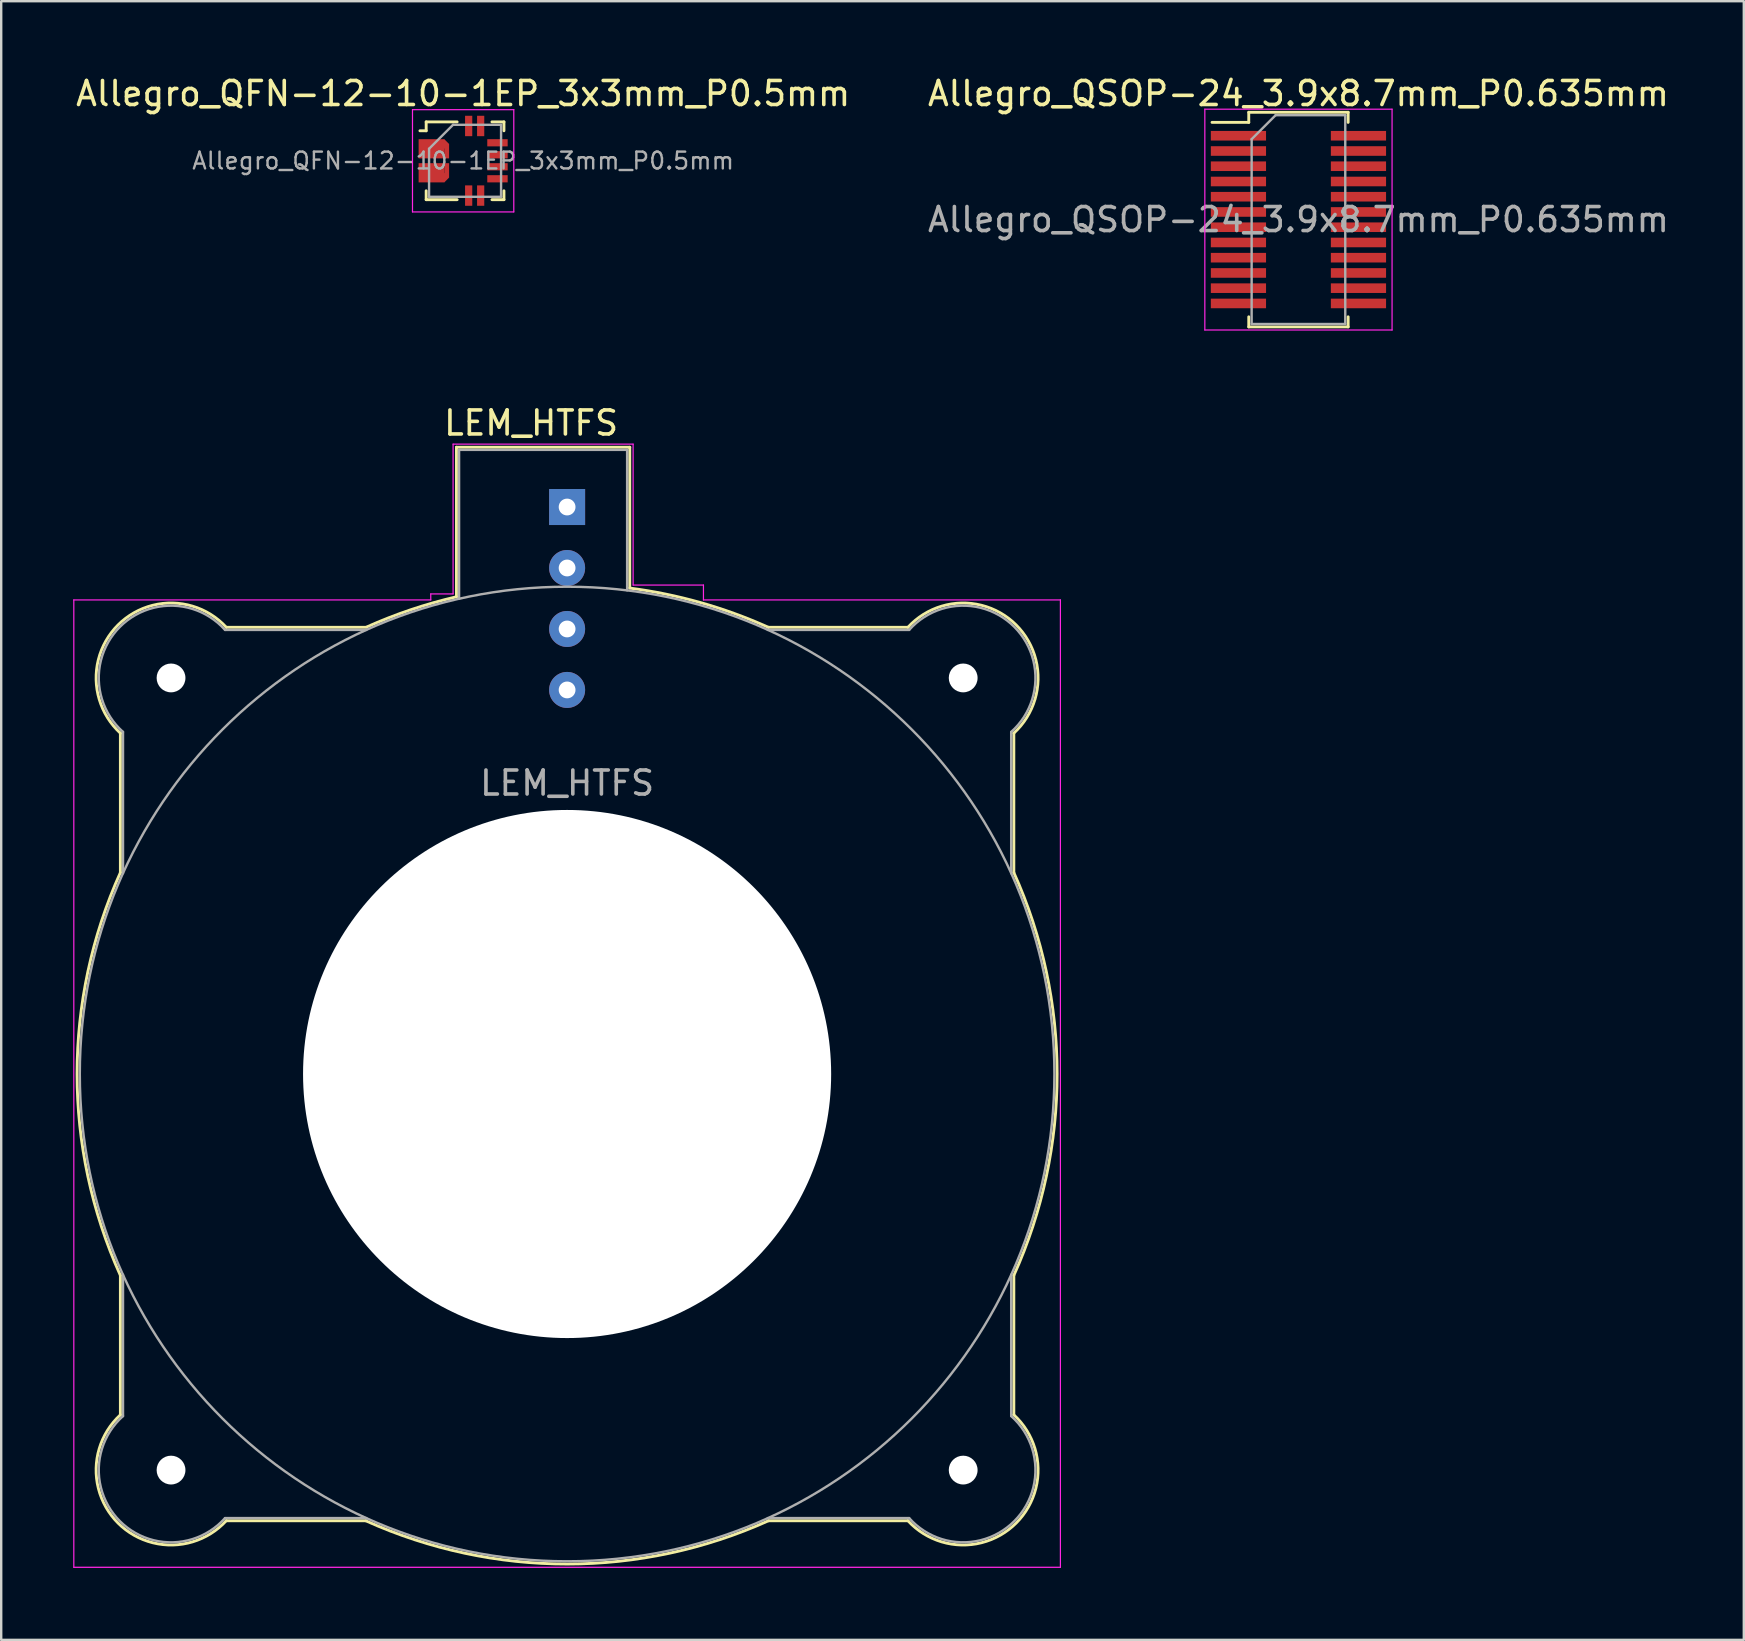
<source format=kicad_pcb>
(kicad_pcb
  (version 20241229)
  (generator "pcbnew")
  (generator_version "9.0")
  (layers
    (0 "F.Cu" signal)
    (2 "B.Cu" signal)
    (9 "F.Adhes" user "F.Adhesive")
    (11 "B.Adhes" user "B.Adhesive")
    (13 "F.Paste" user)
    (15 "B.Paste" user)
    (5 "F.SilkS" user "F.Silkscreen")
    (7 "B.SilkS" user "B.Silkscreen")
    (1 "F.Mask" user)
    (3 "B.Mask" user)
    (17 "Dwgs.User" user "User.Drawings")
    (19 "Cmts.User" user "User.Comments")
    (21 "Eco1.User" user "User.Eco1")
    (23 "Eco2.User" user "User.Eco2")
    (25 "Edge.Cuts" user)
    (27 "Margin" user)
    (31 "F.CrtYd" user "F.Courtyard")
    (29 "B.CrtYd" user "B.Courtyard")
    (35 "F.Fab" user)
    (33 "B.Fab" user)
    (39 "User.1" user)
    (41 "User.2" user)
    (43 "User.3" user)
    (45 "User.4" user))
  (footprint "Allegro_QSOP-24_3.9x8.7mm_P0.635mm"
    (layer "F.Cu")
    (at 51.042 6.098)
    (property "Reference" "Allegro_QSOP-24_3.9x8.7mm_P0.635mm" (at 0 -5.25 0) (layer "F.SilkS") (effects (font (size 1 1) (thickness 0.15))))
    (attr smd)
    (fp_line (start -3.6 -4.05) (end -2.07 -4.05) (stroke (width 0.12) (type solid)) (layer "F.SilkS"))
    (fp_line (start -2.07 -4.47) (end -2.07 -4.05) (stroke (width 0.12) (type solid)) (layer "F.SilkS"))
    (fp_line (start -2.07 -4.47) (end 2.07 -4.47) (stroke (width 0.12) (type solid)) (layer "F.SilkS"))
    (fp_line (start -2.07 4.47) (end -2.07 4.05) (stroke (width 0.12) (type solid)) (layer "F.SilkS"))
    (fp_line (start -2.07 4.47) (end 2.07 4.47) (stroke (width 0.12) (type solid)) (layer "F.SilkS"))
    (fp_line (start 2.07 -4.47) (end 2.07 -4.05) (stroke (width 0.12) (type solid)) (layer "F.SilkS"))
    (fp_line (start 2.07 4.47) (end 2.07 4.05) (stroke (width 0.12) (type solid)) (layer "F.SilkS"))
    (fp_line (start -3.9 -4.6) (end -3.9 4.6) (stroke (width 0.05) (type solid)) (layer "F.CrtYd"))
    (fp_line (start -3.9 -4.6) (end 3.9 -4.6) (stroke (width 0.05) (type solid)) (layer "F.CrtYd"))
    (fp_line (start -3.9 4.6) (end 3.9 4.6) (stroke (width 0.05) (type solid)) (layer "F.CrtYd"))
    (fp_line (start 3.9 -4.6) (end 3.9 4.6) (stroke (width 0.05) (type solid)) (layer "F.CrtYd"))
    (fp_line (start -1.95 -3.35) (end -0.95 -4.35) (stroke (width 0.1) (type solid)) (layer "F.Fab"))
    (fp_line (start -1.95 4.35) (end -1.95 -3.35) (stroke (width 0.1) (type solid)) (layer "F.Fab"))
    (fp_line (start -0.95 -4.35) (end 1.95 -4.35) (stroke (width 0.1) (type solid)) (layer "F.Fab"))
    (fp_line (start 1.95 -4.35) (end 1.95 4.35) (stroke (width 0.1) (type solid)) (layer "F.Fab"))
    (fp_line (start 1.95 4.35) (end -1.95 4.35) (stroke (width 0.1) (type solid)) (layer "F.Fab"))
    (fp_text user "${REFERENCE}" (at 0 0 0) (layer "F.Fab") (effects (font (size 1 1) (thickness 0.15))))
    (pad "1" smd rect (at -2.5 -3.493) (size 2.3 0.4) (layers "F.Cu" "F.Mask" "F.Paste"))
    (pad "2" smd rect (at -2.5 -2.857) (size 2.3 0.4) (layers "F.Cu" "F.Mask" "F.Paste"))
    (pad "3" smd rect (at -2.5 -2.223) (size 2.3 0.4) (layers "F.Cu" "F.Mask" "F.Paste"))
    (pad "4" smd rect (at -2.5 -1.587) (size 2.3 0.4) (layers "F.Cu" "F.Mask" "F.Paste"))
    (pad "5" smd rect (at -2.5 -0.953) (size 2.3 0.4) (layers "F.Cu" "F.Mask" "F.Paste"))
    (pad "6" smd rect (at -2.5 -0.318) (size 2.3 0.4) (layers "F.Cu" "F.Mask" "F.Paste"))
    (pad "7" smd rect (at -2.5 0.318) (size 2.3 0.4) (layers "F.Cu" "F.Mask" "F.Paste"))
    (pad "8" smd rect (at -2.5 0.953) (size 2.3 0.4) (layers "F.Cu" "F.Mask" "F.Paste"))
    (pad "9" smd rect (at -2.5 1.587) (size 2.3 0.4) (layers "F.Cu" "F.Mask" "F.Paste"))
    (pad "10" smd rect (at -2.5 2.223) (size 2.3 0.4) (layers "F.Cu" "F.Mask" "F.Paste"))
    (pad "11" smd rect (at -2.5 2.857) (size 2.3 0.4) (layers "F.Cu" "F.Mask" "F.Paste"))
    (pad "12" smd rect (at -2.5 3.493) (size 2.3 0.4) (layers "F.Cu" "F.Mask" "F.Paste"))
    (pad "13" smd rect (at 2.5 3.493) (size 2.3 0.4) (layers "F.Cu" "F.Mask" "F.Paste"))
    (pad "14" smd rect (at 2.5 2.857) (size 2.3 0.4) (layers "F.Cu" "F.Mask" "F.Paste"))
    (pad "15" smd rect (at 2.5 2.223) (size 2.3 0.4) (layers "F.Cu" "F.Mask" "F.Paste"))
    (pad "16" smd rect (at 2.5 1.587) (size 2.3 0.4) (layers "F.Cu" "F.Mask" "F.Paste"))
    (pad "17" smd rect (at 2.5 0.953) (size 2.3 0.4) (layers "F.Cu" "F.Mask" "F.Paste"))
    (pad "18" smd rect (at 2.5 0.318) (size 2.3 0.4) (layers "F.Cu" "F.Mask" "F.Paste"))
    (pad "19" smd rect (at 2.5 -0.318) (size 2.3 0.4) (layers "F.Cu" "F.Mask" "F.Paste"))
    (pad "20" smd rect (at 2.5 -0.953) (size 2.3 0.4) (layers "F.Cu" "F.Mask" "F.Paste"))
    (pad "21" smd rect (at 2.5 -1.587) (size 2.3 0.4) (layers "F.Cu" "F.Mask" "F.Paste"))
    (pad "22" smd rect (at 2.5 -2.223) (size 2.3 0.4) (layers "F.Cu" "F.Mask" "F.Paste"))
    (pad "23" smd rect (at 2.5 -2.857) (size 2.3 0.4) (layers "F.Cu" "F.Mask" "F.Paste"))
    (pad "24" smd rect (at 2.5 -3.493) (size 2.3 0.4) (layers "F.Cu" "F.Mask" "F.Paste")))
  (footprint "LEM_HTFS"
    (layer "F.Cu")
    (at 20.575 18.072)
    (property "Reference" "LEM_HTFS" (at -1.5 -3.5 180) (layer "F.SilkS") (effects (font (size 1 1) (thickness 0.15))))
    (attr through_hole)
    (fp_line (start -18.61 15.23) (end -18.61 9.42) (stroke (width 0.12) (type solid)) (layer "F.SilkS"))
    (fp_line (start -18.61 37.82) (end -18.61 32.01) (stroke (width 0.12) (type solid)) (layer "F.SilkS"))
    (fp_line (start -8.38 5.01) (end -14.2 5.01) (stroke (width 0.12) (type solid)) (layer "F.SilkS"))
    (fp_line (start -8.38 42.23) (end -14.2 42.23) (stroke (width 0.12) (type solid)) (layer "F.SilkS"))
    (fp_line (start -4.61 -2.49) (end -4.61 3.74) (stroke (width 0.12) (type solid)) (layer "F.SilkS"))
    (fp_line (start -4.61 -2.49) (end 2.61 -2.49) (stroke (width 0.12) (type solid)) (layer "F.SilkS"))
    (fp_line (start 2.61 -2.49) (end 2.61 3.37) (stroke (width 0.12) (type solid)) (layer "F.SilkS"))
    (fp_line (start 8.38 5.01) (end 14.2 5.01) (stroke (width 0.12) (type solid)) (layer "F.SilkS"))
    (fp_line (start 8.38 42.23) (end 14.2 42.23) (stroke (width 0.12) (type solid)) (layer "F.SilkS"))
    (fp_line (start 18.61 15.23) (end 18.61 9.42) (stroke (width 0.12) (type solid)) (layer "F.SilkS"))
    (fp_line (start 18.61 37.82) (end 18.61 32.01) (stroke (width 0.12) (type solid)) (layer "F.SilkS"))
    (fp_arc (start -18.615098 31.998684) (mid -20.413823 23.613794) (end -18.61 15.23) (stroke (width 0.12) (type solid)) (layer "F.SilkS"))
    (fp_arc (start -18.607349 9.422429) (mid -18.708316 4.914226) (end -14.2 5.01) (stroke (width 0.12) (type solid)) (layer "F.SilkS"))
    (fp_arc (start -14.197571 42.227349) (mid -18.705774 42.328316) (end -18.61 37.82) (stroke (width 0.12) (type solid)) (layer "F.SilkS"))
    (fp_arc (start -8.351096 4.999428) (mid -6.511071 4.279047) (end -4.61 3.74) (stroke (width 0.12) (type solid)) (layer "F.SilkS"))
    (fp_arc (start 2.60813 3.377615) (mid 5.55436 3.980612) (end 8.38 5.01) (stroke (width 0.12) (type solid)) (layer "F.SilkS"))
    (fp_arc (start 8.39 42.23) (mid 0.006206 44.033823) (end -8.378684 42.235098) (stroke (width 0.12) (type solid)) (layer "F.SilkS"))
    (fp_arc (start 14.197571 5.012651) (mid 18.705774 4.911684) (end 18.61 9.42) (stroke (width 0.12) (type solid)) (layer "F.SilkS"))
    (fp_arc (start 18.607349 37.817571) (mid 18.708316 42.325774) (end 14.2 42.23) (stroke (width 0.12) (type solid)) (layer "F.SilkS"))
    (fp_arc (start 18.61 15.23) (mid 20.413823 23.613794) (end 18.615098 31.998684) (stroke (width 0.12) (type solid)) (layer "F.SilkS"))
    (fp_line (start -20.55 3.87) (end -5.68 3.87) (stroke (width 0.05) (type solid)) (layer "F.CrtYd"))
    (fp_line (start -20.55 44.17) (end -20.55 3.87) (stroke (width 0.05) (type solid)) (layer "F.CrtYd"))
    (fp_line (start -5.68 3.62) (end -5.68 3.87) (stroke (width 0.05) (type solid)) (layer "F.CrtYd"))
    (fp_line (start -4.75 -2.62) (end 2.75 -2.62) (stroke (width 0.05) (type solid)) (layer "F.CrtYd"))
    (fp_line (start -4.75 3.62) (end -5.68 3.62) (stroke (width 0.05) (type solid)) (layer "F.CrtYd"))
    (fp_line (start -4.75 3.62) (end -4.75 -2.62) (stroke (width 0.05) (type solid)) (layer "F.CrtYd"))
    (fp_line (start 2.75 -2.62) (end 2.75 3.25) (stroke (width 0.05) (type solid)) (layer "F.CrtYd"))
    (fp_line (start 5.68 3.25) (end 2.75 3.25) (stroke (width 0.05) (type solid)) (layer "F.CrtYd"))
    (fp_line (start 5.68 3.87) (end 5.68 3.25) (stroke (width 0.05) (type solid)) (layer "F.CrtYd"))
    (fp_line (start 5.68 3.87) (end 20.55 3.87) (stroke (width 0.05) (type solid)) (layer "F.CrtYd"))
    (fp_line (start 20.55 44.17) (end -20.55 44.17) (stroke (width 0.05) (type solid)) (layer "F.CrtYd"))
    (fp_line (start 20.55 44.17) (end 20.55 3.87) (stroke (width 0.05) (type solid)) (layer "F.CrtYd"))
    (fp_line (start -18.5 15.26) (end -18.5 9.37) (stroke (width 0.1) (type solid)) (layer "F.Fab"))
    (fp_line (start -18.5 37.87) (end -18.5 31.98) (stroke (width 0.1) (type solid)) (layer "F.Fab"))
    (fp_line (start -14.25 5.12) (end -8.36 5.12) (stroke (width 0.1) (type solid)) (layer "F.Fab"))
    (fp_line (start -14.25 42.12) (end -8.36 42.12) (stroke (width 0.1) (type solid)) (layer "F.Fab"))
    (fp_line (start -4.5 -2.38) (end -4.5 3.82) (stroke (width 0.1) (type solid)) (layer "F.Fab"))
    (fp_line (start -4.5 -2.38) (end 2.5 -2.38) (stroke (width 0.1) (type solid)) (layer "F.Fab"))
    (fp_line (start 2.5 -2.38) (end 2.5 3.47) (stroke (width 0.1) (type solid)) (layer "F.Fab"))
    (fp_line (start 14.25 5.12) (end 8.36 5.12) (stroke (width 0.1) (type solid)) (layer "F.Fab"))
    (fp_line (start 14.25 42.12) (end 8.36 42.12) (stroke (width 0.1) (type solid)) (layer "F.Fab"))
    (fp_line (start 18.5 15.26) (end 18.5 9.37) (stroke (width 0.1) (type solid)) (layer "F.Fab"))
    (fp_line (start 18.5 37.87) (end 18.5 31.98) (stroke (width 0.1) (type solid)) (layer "F.Fab"))
    (fp_arc (start -18.501292 9.36885) (mid -18.628061 4.990716) (end -14.25 5.12) (stroke (width 0.1) (type solid)) (layer "F.Fab"))
    (fp_arc (start -14.25115 42.121292) (mid -18.629284 42.248061) (end -18.5 37.87) (stroke (width 0.1) (type solid)) (layer "F.Fab"))
    (fp_arc (start 14.25115 5.118708) (mid 18.629284 4.991939) (end 18.5 9.37) (stroke (width 0.1) (type solid)) (layer "F.Fab"))
    (fp_arc (start 18.501292 37.87115) (mid 18.628061 42.249284) (end 14.25 42.12) (stroke (width 0.1) (type solid)) (layer "F.Fab"))
    (fp_circle (center 0 23.62) (end 0 3.32) (stroke (width 0.1) (type solid)) (fill no) (layer "F.Fab"))
    (fp_text user "${REFERENCE}" (at 0 11.5 180) (layer "F.Fab") (effects (font (size 1 1) (thickness 0.15))))
    (pad "" np_thru_hole circle (at -16.5 7.12) (size 1.2 1.2) (drill 1.2) (layers "*.Cu" "*.Mask"))
    (pad "" np_thru_hole circle (at -16.5 40.12) (size 1.2 1.2) (drill 1.2) (layers "*.Cu" "*.Mask"))
    (pad "" np_thru_hole circle (at 0 23.62) (size 22 22) (drill 22) (layers "*.Cu" "*.Mask"))
    (pad "" np_thru_hole circle (at 16.5 7.12) (size 1.2 1.2) (drill 1.2) (layers "*.Cu" "*.Mask"))
    (pad "" np_thru_hole circle (at 16.5 40.12) (size 1.2 1.2) (drill 1.2) (layers "*.Cu" "*.Mask"))
    (pad "1" thru_hole rect (at 0 0) (size 1.5 1.5) (drill 0.7) (layers "*.Cu" "*.Mask"))
    (pad "2" thru_hole circle (at 0 2.54) (size 1.5 1.5) (drill 0.7) (layers "*.Cu" "*.Mask"))
    (pad "3" thru_hole circle (at 0 5.08) (size 1.5 1.5) (drill 0.7) (layers "*.Cu" "*.Mask"))
    (pad "4" thru_hole circle (at 0 7.62) (size 1.5 1.5) (drill 0.7) (layers "*.Cu" "*.Mask")))
  (footprint "Allegro_QFN-12-10-1EP_3x3mm_P0.5mm"
    (layer "F.Cu")
    (at 16.244 3.648)
    (property "Reference" "Allegro_QFN-12-10-1EP_3x3mm_P0.5mm" (at 0 -2.8 0) (layer "F.SilkS") (effects (font (size 1 1) (thickness 0.15))))
    (attr smd)
    (fp_line (start -1.54 -1.62) (end -1.54 -1.25) (stroke (width 0.12) (type solid)) (layer "F.SilkS"))
    (fp_line (start -1.54 -1.62) (end -0.25 -1.62) (stroke (width 0.12) (type solid)) (layer "F.SilkS"))
    (fp_line (start -1.54 -1.25) (end -1.8 -1.25) (stroke (width 0.12) (type solid)) (layer "F.SilkS"))
    (fp_line (start -1.54 1.25) (end -1.54 1.62) (stroke (width 0.12) (type solid)) (layer "F.SilkS"))
    (fp_line (start -1.54 1.62) (end -0.25 1.62) (stroke (width 0.12) (type solid)) (layer "F.SilkS"))
    (fp_line (start 1.7 -1.62) (end 1.2 -1.62) (stroke (width 0.12) (type solid)) (layer "F.SilkS"))
    (fp_line (start 1.7 -1.62) (end 1.7 -1.25) (stroke (width 0.12) (type solid)) (layer "F.SilkS"))
    (fp_line (start 1.7 1.25) (end 1.7 1.62) (stroke (width 0.12) (type solid)) (layer "F.SilkS"))
    (fp_line (start 1.7 1.62) (end 1.2 1.62) (stroke (width 0.12) (type solid)) (layer "F.SilkS"))
    (fp_line (start -2.11 -2.13) (end -2.11 2.13) (stroke (width 0.05) (type solid)) (layer "F.CrtYd"))
    (fp_line (start -2.11 2.13) (end 2.11 2.13) (stroke (width 0.05) (type solid)) (layer "F.CrtYd"))
    (fp_line (start 2.11 -2.13) (end -2.11 -2.13) (stroke (width 0.05) (type solid)) (layer "F.CrtYd"))
    (fp_line (start 2.11 2.13) (end 2.11 -2.13) (stroke (width 0.05) (type solid)) (layer "F.CrtYd"))
    (fp_line (start -1.42 -0.5) (end -0.42 -1.5) (stroke (width 0.1) (type solid)) (layer "F.Fab"))
    (fp_line (start -1.42 1.5) (end -1.42 -0.5) (stroke (width 0.1) (type solid)) (layer "F.Fab"))
    (fp_line (start -0.42 -1.5) (end 1.58 -1.5) (stroke (width 0.1) (type solid)) (layer "F.Fab"))
    (fp_line (start 1.58 -1.5) (end 1.58 1.5) (stroke (width 0.1) (type solid)) (layer "F.Fab"))
    (fp_line (start 1.58 1.5) (end -1.42 1.5) (stroke (width 0.1) (type solid)) (layer "F.Fab"))
    (fp_text user "${REFERENCE}" (at 0 0 0) (layer "F.Fab") (effects (font (size 0.7 0.7) (thickness 0.1))))
    (pad "1" smd rect (at -1.32 -0.5) (size 1.07 0.8) (layers "F.Cu" "F.Mask" "F.Paste"))
    (pad "1" smd rect (at -0.785 -0.7 45) (size 0.283 0.283) (layers "F.Cu" "F.Mask" "F.Paste"))
    (pad "1" smd rect (at -0.685 -0.4) (size 0.2 0.6) (layers "F.Cu" "F.Mask" "F.Paste"))
    (pad "2" smd rect (at -1.32 0.5) (size 1.07 0.8) (layers "F.Cu" "F.Mask" "F.Paste"))
    (pad "2" smd rect (at -0.785 0.7 45) (size 0.283 0.283) (layers "F.Cu" "F.Mask" "F.Paste"))
    (pad "2" smd rect (at -0.685 0.4) (size 0.2 0.6) (layers "F.Cu" "F.Mask" "F.Paste"))
    (pad "3" smd rect (at 0.23 1.45) (size 0.3 0.85) (layers "F.Cu" "F.Mask" "F.Paste"))
    (pad "4" smd rect (at 0.73 1.45) (size 0.3 0.85) (layers "F.Cu" "F.Mask" "F.Paste"))
    (pad "5" smd rect (at 1.43 0.75) (size 0.85 0.3) (layers "F.Cu" "F.Mask" "F.Paste"))
    (pad "6" smd rect (at 1.43 0.25) (size 0.85 0.3) (layers "F.Cu" "F.Mask" "F.Paste"))
    (pad "7" smd rect (at 1.43 -0.25) (size 0.85 0.3) (layers "F.Cu" "F.Mask" "F.Paste"))
    (pad "8" smd rect (at 1.43 -0.75) (size 0.85 0.3) (layers "F.Cu" "F.Mask" "F.Paste"))
    (pad "9" smd rect (at 0.73 -1.45) (size 0.3 0.85) (layers "F.Cu" "F.Mask" "F.Paste"))
    (pad "10" smd rect (at 0.23 -1.45) (size 0.3 0.85) (layers "F.Cu" "F.Mask" "F.Paste")))
  (gr_rect
    (start -3 -3)
    (end 69.595 65.266)
    (stroke (width 0.1) (type default))
    (fill no)
    (layer "Edge.Cuts")))
</source>
